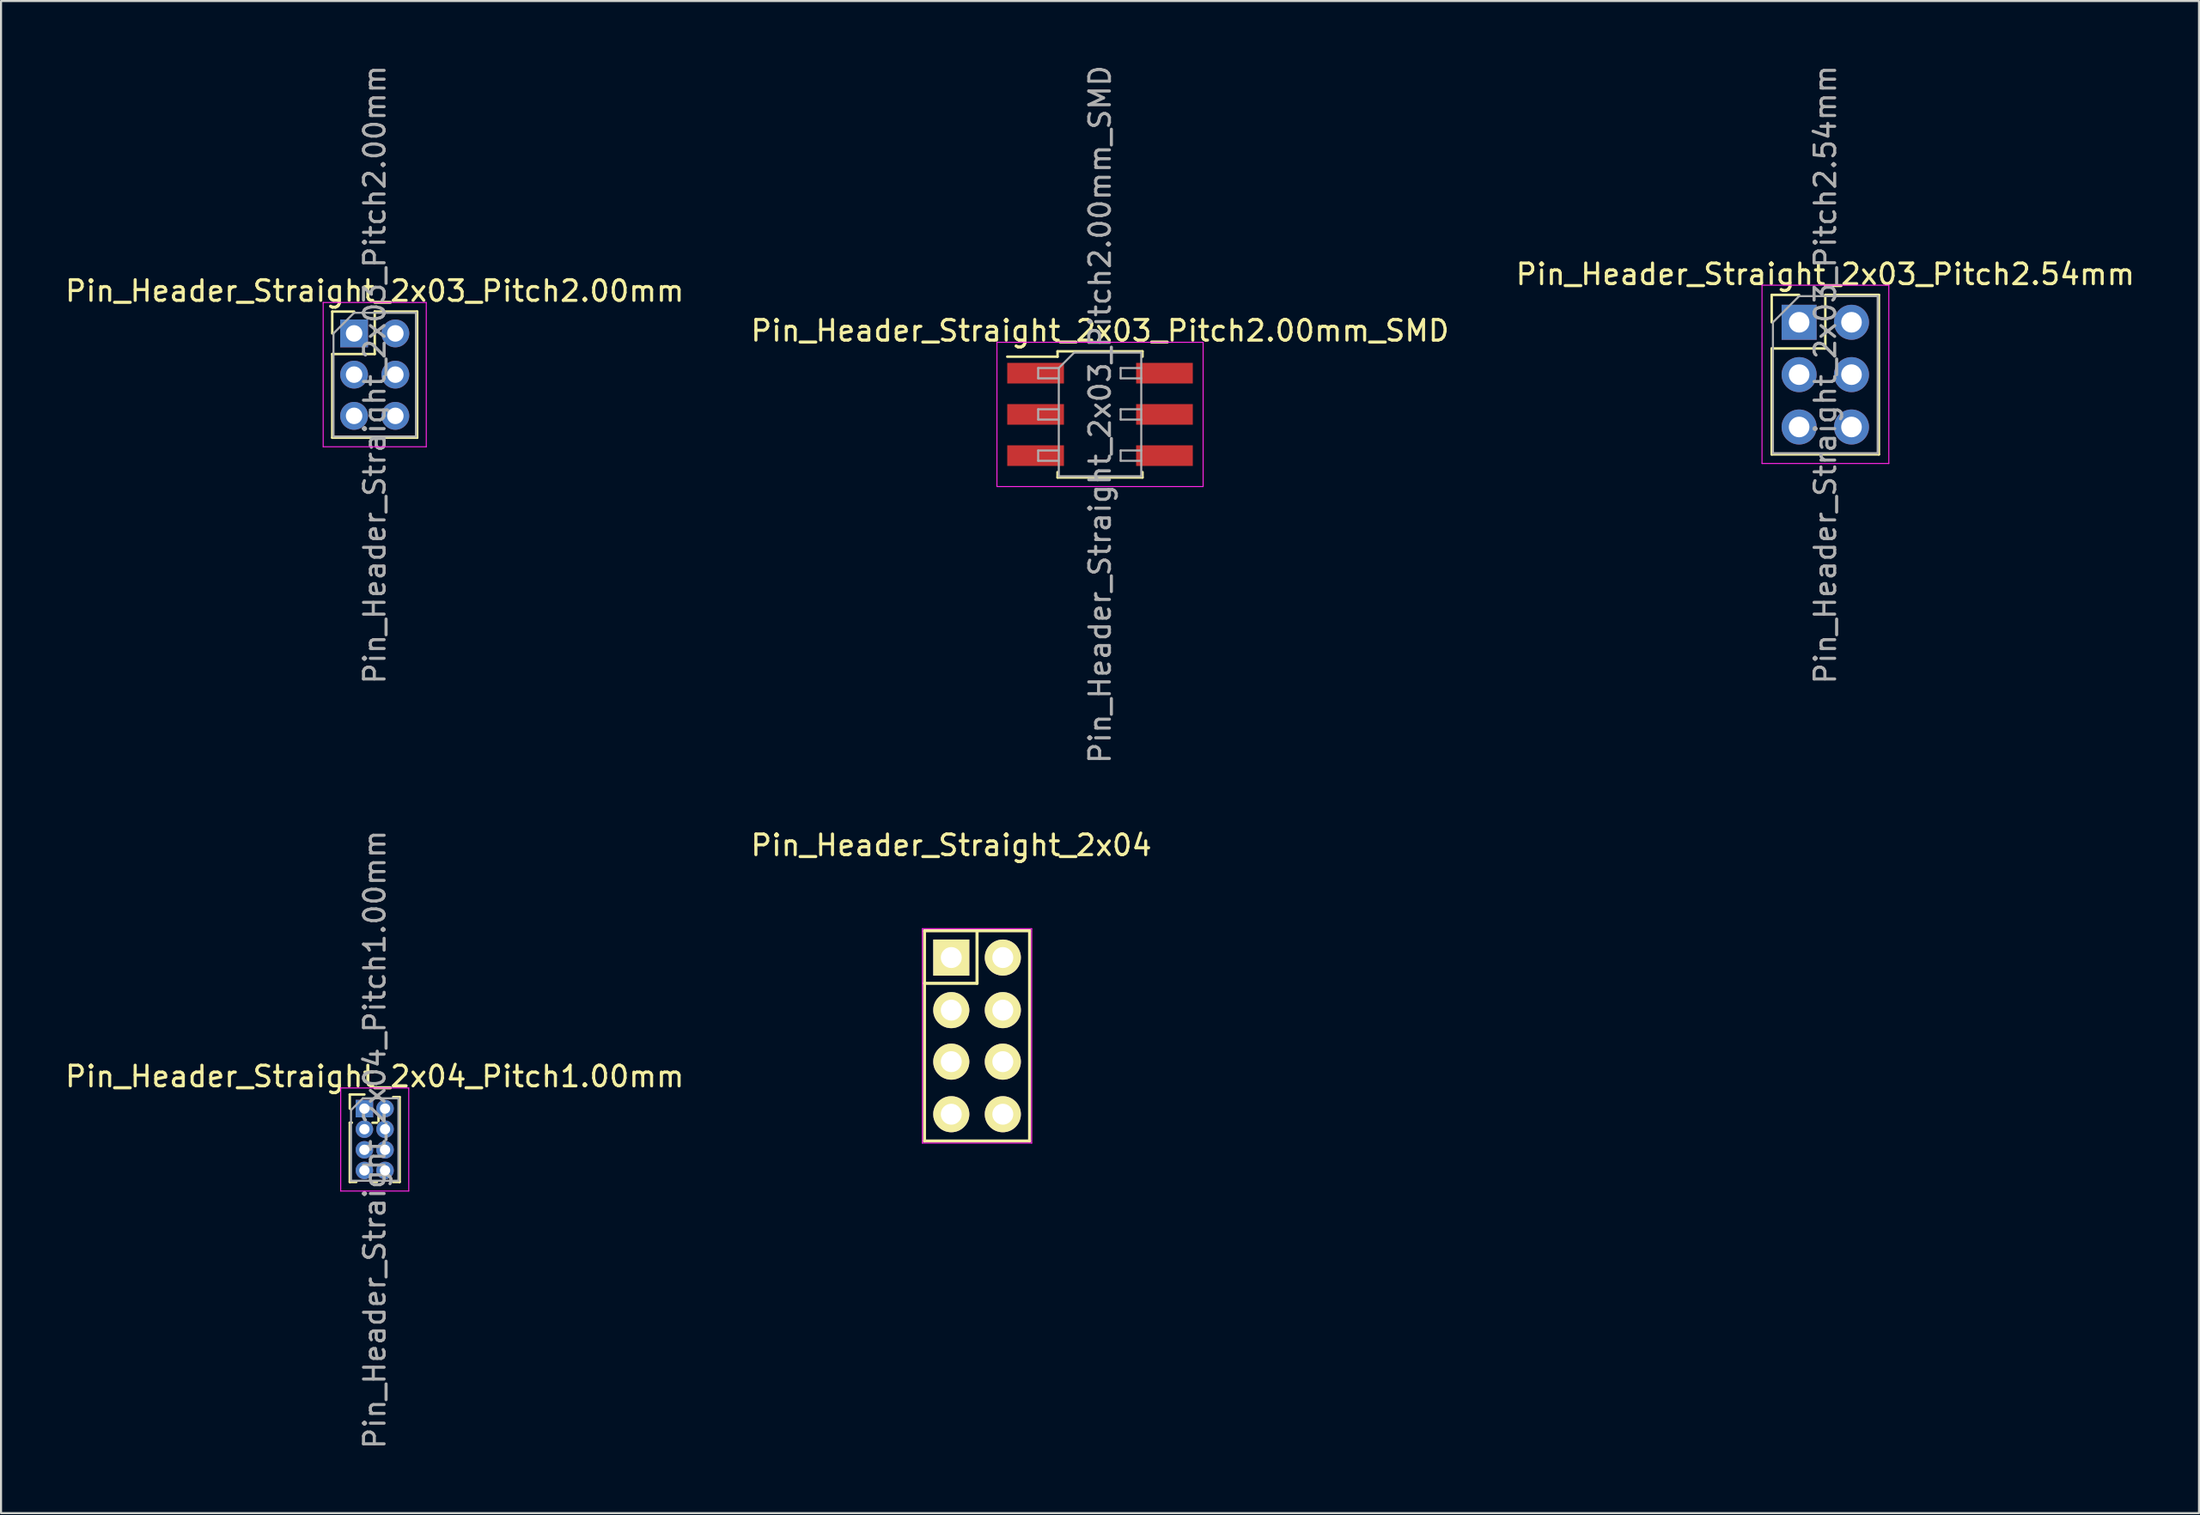
<source format=kicad_pcb>
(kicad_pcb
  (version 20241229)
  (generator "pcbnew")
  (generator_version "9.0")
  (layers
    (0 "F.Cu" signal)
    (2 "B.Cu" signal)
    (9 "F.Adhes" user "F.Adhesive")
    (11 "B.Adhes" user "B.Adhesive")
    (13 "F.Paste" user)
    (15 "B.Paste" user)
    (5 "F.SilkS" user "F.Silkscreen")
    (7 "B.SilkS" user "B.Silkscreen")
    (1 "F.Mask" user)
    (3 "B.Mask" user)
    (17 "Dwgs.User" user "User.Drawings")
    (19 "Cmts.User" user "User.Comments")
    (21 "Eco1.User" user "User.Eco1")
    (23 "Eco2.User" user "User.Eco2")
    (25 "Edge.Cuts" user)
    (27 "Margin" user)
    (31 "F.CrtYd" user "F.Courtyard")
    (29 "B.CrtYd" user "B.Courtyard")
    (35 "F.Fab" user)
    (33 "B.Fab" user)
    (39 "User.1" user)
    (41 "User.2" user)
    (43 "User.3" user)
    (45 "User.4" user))
  (footprint "Pin_Header_Straight_2x04_Pitch1.00mm"
    (layer "F.Cu")
    (at 14.625 50.732)
    (property "Reference" "Pin_Header_Straight_2x04_Pitch1.00mm" (at 0.5 -1.56 0) (layer "F.SilkS") (effects (font (size 1 1) (thickness 0.15))))
    (attr through_hole)
    (fp_line (start -0.71 -0.685) (end 0 -0.685) (stroke (width 0.12) (type solid)) (layer "F.SilkS"))
    (fp_line (start -0.71 0) (end -0.71 -0.685) (stroke (width 0.12) (type solid)) (layer "F.SilkS"))
    (fp_line (start -0.71 0.685) (end -0.71 3.56) (stroke (width 0.12) (type solid)) (layer "F.SilkS"))
    (fp_line (start -0.71 0.685) (end -0.608 0.685) (stroke (width 0.12) (type solid)) (layer "F.SilkS"))
    (fp_line (start -0.71 3.56) (end -0.394 3.56) (stroke (width 0.12) (type solid)) (layer "F.SilkS"))
    (fp_line (start 0.394 3.56) (end 0.606 3.56) (stroke (width 0.12) (type solid)) (layer "F.SilkS"))
    (fp_line (start 0.608 0.685) (end 0.392 0.685) (stroke (width 0.12) (type solid)) (layer "F.SilkS"))
    (fp_line (start 0.685 -0.608) (end 0.685 -0.56) (stroke (width 0.12) (type solid)) (layer "F.SilkS"))
    (fp_line (start 0.685 -0.56) (end 0.606 -0.56) (stroke (width 0.12) (type solid)) (layer "F.SilkS"))
    (fp_line (start 0.685 0.392) (end 0.685 0.608) (stroke (width 0.12) (type solid)) (layer "F.SilkS"))
    (fp_line (start 1.394 -0.56) (end 1.71 -0.56) (stroke (width 0.12) (type solid)) (layer "F.SilkS"))
    (fp_line (start 1.394 3.56) (end 1.71 3.56) (stroke (width 0.12) (type solid)) (layer "F.SilkS"))
    (fp_line (start 1.71 -0.56) (end 1.71 3.56) (stroke (width 0.12) (type solid)) (layer "F.SilkS"))
    (fp_line (start -1.15 -1) (end -1.15 4) (stroke (width 0.05) (type solid)) (layer "F.CrtYd"))
    (fp_line (start -1.15 4) (end 2.15 4) (stroke (width 0.05) (type solid)) (layer "F.CrtYd"))
    (fp_line (start 2.15 -1) (end -1.15 -1) (stroke (width 0.05) (type solid)) (layer "F.CrtYd"))
    (fp_line (start 2.15 4) (end 2.15 -1) (stroke (width 0.05) (type solid)) (layer "F.CrtYd"))
    (fp_line (start -0.65 0.075) (end -0.075 -0.5) (stroke (width 0.1) (type solid)) (layer "F.Fab"))
    (fp_line (start -0.65 3.5) (end -0.65 0.075) (stroke (width 0.1) (type solid)) (layer "F.Fab"))
    (fp_line (start -0.075 -0.5) (end 1.65 -0.5) (stroke (width 0.1) (type solid)) (layer "F.Fab"))
    (fp_line (start 1.65 -0.5) (end 1.65 3.5) (stroke (width 0.1) (type solid)) (layer "F.Fab"))
    (fp_line (start 1.65 3.5) (end -0.65 3.5) (stroke (width 0.1) (type solid)) (layer "F.Fab"))
    (fp_text user "${REFERENCE}" (at 0.5 1.5 90) (layer "F.Fab") (effects (font (size 1 1) (thickness 0.15))))
    (pad "1" thru_hole rect (at 0 0) (size 0.85 0.85) (drill 0.5) (layers "*.Cu" "*.Mask"))
    (pad "2" thru_hole oval (at 1 0) (size 0.85 0.85) (drill 0.5) (layers "*.Cu" "*.Mask"))
    (pad "3" thru_hole oval (at 0 1) (size 0.85 0.85) (drill 0.5) (layers "*.Cu" "*.Mask"))
    (pad "4" thru_hole oval (at 1 1) (size 0.85 0.85) (drill 0.5) (layers "*.Cu" "*.Mask"))
    (pad "5" thru_hole oval (at 0 2) (size 0.85 0.85) (drill 0.5) (layers "*.Cu" "*.Mask"))
    (pad "6" thru_hole oval (at 1 2) (size 0.85 0.85) (drill 0.5) (layers "*.Cu" "*.Mask"))
    (pad "7" thru_hole oval (at 0 3) (size 0.85 0.85) (drill 0.5) (layers "*.Cu" "*.Mask"))
    (pad "8" thru_hole oval (at 1 3) (size 0.85 0.85) (drill 0.5) (layers "*.Cu" "*.Mask")))
  (footprint "Pin_Header_Straight_2x04"
    (layer "F.Cu")
    (at 43.089 43.405)
    (property "Reference" "Pin_Header_Straight_2x04" (at 0 -5.45 0) (layer "F.SilkS") (effects (font (size 1 1) (thickness 0.15))))
    (attr through_hole)
    (fp_line (start -1.3 -1.3) (end -1.3 1.25) (stroke (width 0.15) (type solid)) (layer "F.SilkS"))
    (fp_line (start -1.3 -1.3) (end 1.25 -1.3) (stroke (width 0.15) (type solid)) (layer "F.SilkS"))
    (fp_line (start -1.3 1.25) (end -1.3 8.9) (stroke (width 0.15) (type solid)) (layer "F.SilkS"))
    (fp_line (start -1.3 8.9) (end 3.8 8.9) (stroke (width 0.15) (type solid)) (layer "F.SilkS"))
    (fp_line (start 1.25 -1.3) (end 1.25 1.25) (stroke (width 0.15) (type solid)) (layer "F.SilkS"))
    (fp_line (start 1.25 1.25) (end -1.3 1.25) (stroke (width 0.15) (type solid)) (layer "F.SilkS"))
    (fp_line (start 3.8 -1.3) (end 1.25 -1.3) (stroke (width 0.15) (type solid)) (layer "F.SilkS"))
    (fp_line (start 3.8 8.9) (end 3.8 -1.3) (stroke (width 0.15) (type solid)) (layer "F.SilkS"))
    (fp_line (start -1.4 -1.4) (end -1.4 9) (stroke (width 0.05) (type solid)) (layer "F.CrtYd"))
    (fp_line (start -1.4 -1.4) (end 3.9 -1.4) (stroke (width 0.05) (type solid)) (layer "F.CrtYd"))
    (fp_line (start -1.4 9) (end 3.9 9) (stroke (width 0.05) (type solid)) (layer "F.CrtYd"))
    (fp_line (start 3.9 -1.4) (end 3.9 9) (stroke (width 0.05) (type solid)) (layer "F.CrtYd"))
    (pad "1" thru_hole rect (at 0 0) (size 1.75 1.75) (drill 1.016) (layers "*.Cu" "*.Mask" "F.SilkS"))
    (pad "2" thru_hole oval (at 2.5 0) (size 1.75 1.75) (drill 1.016) (layers "*.Cu" "*.Mask" "F.SilkS"))
    (pad "3" thru_hole oval (at 0 2.55) (size 1.75 1.75) (drill 1.016) (layers "*.Cu" "*.Mask" "F.SilkS"))
    (pad "4" thru_hole oval (at 2.5 2.55) (size 1.75 1.75) (drill 1.016) (layers "*.Cu" "*.Mask" "F.SilkS"))
    (pad "5" thru_hole oval (at 0 5.05) (size 1.75 1.75) (drill 1.016) (layers "*.Cu" "*.Mask" "F.SilkS"))
    (pad "6" thru_hole oval (at 2.5 5.05) (size 1.75 1.75) (drill 1.016) (layers "*.Cu" "*.Mask" "F.SilkS"))
    (pad "7" thru_hole oval (at 0 7.6) (size 1.75 1.75) (drill 1.016) (layers "*.Cu" "*.Mask" "F.SilkS"))
    (pad "8" thru_hole oval (at 2.5 7.6) (size 1.75 1.75) (drill 1.016) (layers "*.Cu" "*.Mask" "F.SilkS")))
  (footprint "Pin_Header_Straight_2x03_Pitch2.00mm"
    (layer "F.Cu")
    (at 14.125 13.125)
    (property "Reference" "Pin_Header_Straight_2x03_Pitch2.00mm" (at 1 -2.06 0) (layer "F.SilkS") (effects (font (size 1 1) (thickness 0.15))))
    (attr through_hole)
    (fp_line (start -1.06 -1.06) (end 0 -1.06) (stroke (width 0.12) (type solid)) (layer "F.SilkS"))
    (fp_line (start -1.06 0) (end -1.06 -1.06) (stroke (width 0.12) (type solid)) (layer "F.SilkS"))
    (fp_line (start -1.06 1) (end -1.06 5.06) (stroke (width 0.12) (type solid)) (layer "F.SilkS"))
    (fp_line (start -1.06 5.06) (end 3.06 5.06) (stroke (width 0.12) (type solid)) (layer "F.SilkS"))
    (fp_line (start 1 -1.06) (end 1 1) (stroke (width 0.12) (type solid)) (layer "F.SilkS"))
    (fp_line (start 1 1) (end -1.06 1) (stroke (width 0.12) (type solid)) (layer "F.SilkS"))
    (fp_line (start 3.06 -1.06) (end 1 -1.06) (stroke (width 0.12) (type solid)) (layer "F.SilkS"))
    (fp_line (start 3.06 5.06) (end 3.06 -1.06) (stroke (width 0.12) (type solid)) (layer "F.SilkS"))
    (fp_line (start -1.5 -1.5) (end -1.5 5.5) (stroke (width 0.05) (type solid)) (layer "F.CrtYd"))
    (fp_line (start -1.5 5.5) (end 3.5 5.5) (stroke (width 0.05) (type solid)) (layer "F.CrtYd"))
    (fp_line (start 3.5 -1.5) (end -1.5 -1.5) (stroke (width 0.05) (type solid)) (layer "F.CrtYd"))
    (fp_line (start 3.5 5.5) (end 3.5 -1.5) (stroke (width 0.05) (type solid)) (layer "F.CrtYd"))
    (fp_line (start -1 0) (end 0 -1) (stroke (width 0.1) (type solid)) (layer "F.Fab"))
    (fp_line (start -1 5) (end -1 0) (stroke (width 0.1) (type solid)) (layer "F.Fab"))
    (fp_line (start 0 -1) (end 3 -1) (stroke (width 0.1) (type solid)) (layer "F.Fab"))
    (fp_line (start 3 -1) (end 3 5) (stroke (width 0.1) (type solid)) (layer "F.Fab"))
    (fp_line (start 3 5) (end -1 5) (stroke (width 0.1) (type solid)) (layer "F.Fab"))
    (fp_text user "${REFERENCE}" (at 1 2 90) (layer "F.Fab") (effects (font (size 1 1) (thickness 0.15))))
    (pad "1" thru_hole rect (at 0 0) (size 1.35 1.35) (drill 0.8) (layers "*.Cu" "*.Mask"))
    (pad "2" thru_hole oval (at 2 0) (size 1.35 1.35) (drill 0.8) (layers "*.Cu" "*.Mask"))
    (pad "3" thru_hole oval (at 0 2) (size 1.35 1.35) (drill 0.8) (layers "*.Cu" "*.Mask"))
    (pad "4" thru_hole oval (at 2 2) (size 1.35 1.35) (drill 0.8) (layers "*.Cu" "*.Mask"))
    (pad "5" thru_hole oval (at 0 4) (size 1.35 1.35) (drill 0.8) (layers "*.Cu" "*.Mask"))
    (pad "6" thru_hole oval (at 2 4) (size 1.35 1.35) (drill 0.8) (layers "*.Cu" "*.Mask")))
  (footprint "Pin_Header_Straight_2x03_Pitch2.00mm_SMD"
    (layer "F.Cu")
    (at 50.304 17.054)
    (property "Reference" "Pin_Header_Straight_2x03_Pitch2.00mm_SMD" (at 0 -4.06 0) (layer "F.SilkS") (effects (font (size 1 1) (thickness 0.15))))
    (attr smd)
    (fp_line (start -4.5 -2.8) (end -2.06 -2.8) (stroke (width 0.12) (type solid)) (layer "F.SilkS"))
    (fp_line (start -2.06 -3.06) (end 2.06 -3.06) (stroke (width 0.12) (type solid)) (layer "F.SilkS"))
    (fp_line (start -2.06 -2.8) (end -2.06 -3.06) (stroke (width 0.12) (type solid)) (layer "F.SilkS"))
    (fp_line (start -2.06 2.8) (end -2.06 3.06) (stroke (width 0.12) (type solid)) (layer "F.SilkS"))
    (fp_line (start -2.06 3.06) (end 2.06 3.06) (stroke (width 0.12) (type solid)) (layer "F.SilkS"))
    (fp_line (start 2.06 -3.06) (end 2.06 -2.8) (stroke (width 0.12) (type solid)) (layer "F.SilkS"))
    (fp_line (start 2.06 3.06) (end 2.06 2.8) (stroke (width 0.12) (type solid)) (layer "F.SilkS"))
    (fp_line (start -5 -3.5) (end -5 3.5) (stroke (width 0.05) (type solid)) (layer "F.CrtYd"))
    (fp_line (start -5 3.5) (end 5 3.5) (stroke (width 0.05) (type solid)) (layer "F.CrtYd"))
    (fp_line (start 5 -3.5) (end -5 -3.5) (stroke (width 0.05) (type solid)) (layer "F.CrtYd"))
    (fp_line (start 5 3.5) (end 5 -3.5) (stroke (width 0.05) (type solid)) (layer "F.CrtYd"))
    (fp_line (start -3 -2.25) (end -3 -1.75) (stroke (width 0.1) (type solid)) (layer "F.Fab"))
    (fp_line (start -3 -1.75) (end -2 -1.75) (stroke (width 0.1) (type solid)) (layer "F.Fab"))
    (fp_line (start -3 -0.25) (end -3 0.25) (stroke (width 0.1) (type solid)) (layer "F.Fab"))
    (fp_line (start -3 0.25) (end -2 0.25) (stroke (width 0.1) (type solid)) (layer "F.Fab"))
    (fp_line (start -3 1.75) (end -3 2.25) (stroke (width 0.1) (type solid)) (layer "F.Fab"))
    (fp_line (start -3 2.25) (end -2 2.25) (stroke (width 0.1) (type solid)) (layer "F.Fab"))
    (fp_line (start -2 -2.25) (end -3 -2.25) (stroke (width 0.1) (type solid)) (layer "F.Fab"))
    (fp_line (start -2 -2.25) (end -1.25 -3) (stroke (width 0.1) (type solid)) (layer "F.Fab"))
    (fp_line (start -2 -0.25) (end -3 -0.25) (stroke (width 0.1) (type solid)) (layer "F.Fab"))
    (fp_line (start -2 1.75) (end -3 1.75) (stroke (width 0.1) (type solid)) (layer "F.Fab"))
    (fp_line (start -2 3) (end -2 -2.25) (stroke (width 0.1) (type solid)) (layer "F.Fab"))
    (fp_line (start -1.25 -3) (end 2 -3) (stroke (width 0.1) (type solid)) (layer "F.Fab"))
    (fp_line (start 1 -2.25) (end 1 -1.75) (stroke (width 0.1) (type solid)) (layer "F.Fab"))
    (fp_line (start 1 -1.75) (end 2 -1.75) (stroke (width 0.1) (type solid)) (layer "F.Fab"))
    (fp_line (start 1 -0.25) (end 1 0.25) (stroke (width 0.1) (type solid)) (layer "F.Fab"))
    (fp_line (start 1 0.25) (end 2 0.25) (stroke (width 0.1) (type solid)) (layer "F.Fab"))
    (fp_line (start 1 1.75) (end 1 2.25) (stroke (width 0.1) (type solid)) (layer "F.Fab"))
    (fp_line (start 1 2.25) (end 2 2.25) (stroke (width 0.1) (type solid)) (layer "F.Fab"))
    (fp_line (start 2 -3) (end 2 3) (stroke (width 0.1) (type solid)) (layer "F.Fab"))
    (fp_line (start 2 -2.25) (end 1 -2.25) (stroke (width 0.1) (type solid)) (layer "F.Fab"))
    (fp_line (start 2 -0.25) (end 1 -0.25) (stroke (width 0.1) (type solid)) (layer "F.Fab"))
    (fp_line (start 2 1.75) (end 1 1.75) (stroke (width 0.1) (type solid)) (layer "F.Fab"))
    (fp_line (start 2 3) (end -2 3) (stroke (width 0.1) (type solid)) (layer "F.Fab"))
    (fp_text user "${REFERENCE}" (at 0 0 90) (layer "F.Fab") (effects (font (size 1 1) (thickness 0.15))))
    (pad "1" smd rect (at -3.125 -2) (size 2.75 1) (layers "F.Cu" "F.Mask" "F.Paste"))
    (pad "2" smd rect (at 3.125 -2) (size 2.75 1) (layers "F.Cu" "F.Mask" "F.Paste"))
    (pad "3" smd rect (at -3.125 0) (size 2.75 1) (layers "F.Cu" "F.Mask" "F.Paste"))
    (pad "4" smd rect (at 3.125 0) (size 2.75 1) (layers "F.Cu" "F.Mask" "F.Paste"))
    (pad "5" smd rect (at -3.125 2) (size 2.75 1) (layers "F.Cu" "F.Mask" "F.Paste"))
    (pad "6" smd rect (at 3.125 2) (size 2.75 1) (layers "F.Cu" "F.Mask" "F.Paste")))
  (footprint "Pin_Header_Straight_2x03_Pitch2.54mm"
    (layer "F.Cu")
    (at 84.212 12.585)
    (property "Reference" "Pin_Header_Straight_2x03_Pitch2.54mm" (at 1.27 -2.33 0) (layer "F.SilkS") (effects (font (size 1 1) (thickness 0.15))))
    (attr through_hole)
    (fp_line (start -1.33 -1.33) (end 0 -1.33) (stroke (width 0.12) (type solid)) (layer "F.SilkS"))
    (fp_line (start -1.33 0) (end -1.33 -1.33) (stroke (width 0.12) (type solid)) (layer "F.SilkS"))
    (fp_line (start -1.33 1.27) (end -1.33 6.41) (stroke (width 0.12) (type solid)) (layer "F.SilkS"))
    (fp_line (start -1.33 6.41) (end 3.87 6.41) (stroke (width 0.12) (type solid)) (layer "F.SilkS"))
    (fp_line (start 1.27 -1.33) (end 1.27 1.27) (stroke (width 0.12) (type solid)) (layer "F.SilkS"))
    (fp_line (start 1.27 1.27) (end -1.33 1.27) (stroke (width 0.12) (type solid)) (layer "F.SilkS"))
    (fp_line (start 3.87 -1.33) (end 1.27 -1.33) (stroke (width 0.12) (type solid)) (layer "F.SilkS"))
    (fp_line (start 3.87 6.41) (end 3.87 -1.33) (stroke (width 0.12) (type solid)) (layer "F.SilkS"))
    (fp_line (start -1.8 -1.8) (end -1.8 6.85) (stroke (width 0.05) (type solid)) (layer "F.CrtYd"))
    (fp_line (start -1.8 6.85) (end 4.35 6.85) (stroke (width 0.05) (type solid)) (layer "F.CrtYd"))
    (fp_line (start 4.35 -1.8) (end -1.8 -1.8) (stroke (width 0.05) (type solid)) (layer "F.CrtYd"))
    (fp_line (start 4.35 6.85) (end 4.35 -1.8) (stroke (width 0.05) (type solid)) (layer "F.CrtYd"))
    (fp_line (start -1.27 0) (end 0 -1.27) (stroke (width 0.1) (type solid)) (layer "F.Fab"))
    (fp_line (start -1.27 6.35) (end -1.27 0) (stroke (width 0.1) (type solid)) (layer "F.Fab"))
    (fp_line (start 0 -1.27) (end 3.81 -1.27) (stroke (width 0.1) (type solid)) (layer "F.Fab"))
    (fp_line (start 3.81 -1.27) (end 3.81 6.35) (stroke (width 0.1) (type solid)) (layer "F.Fab"))
    (fp_line (start 3.81 6.35) (end -1.27 6.35) (stroke (width 0.1) (type solid)) (layer "F.Fab"))
    (fp_text user "${REFERENCE}" (at 1.27 2.54 90) (layer "F.Fab") (effects (font (size 1 1) (thickness 0.15))))
    (pad "1" thru_hole rect (at 0 0) (size 1.7 1.7) (drill 1) (layers "*.Cu" "*.Mask"))
    (pad "2" thru_hole oval (at 2.54 0) (size 1.7 1.7) (drill 1) (layers "*.Cu" "*.Mask"))
    (pad "3" thru_hole oval (at 0 2.54) (size 1.7 1.7) (drill 1) (layers "*.Cu" "*.Mask"))
    (pad "4" thru_hole oval (at 2.54 2.54) (size 1.7 1.7) (drill 1) (layers "*.Cu" "*.Mask"))
    (pad "5" thru_hole oval (at 0 5.08) (size 1.7 1.7) (drill 1) (layers "*.Cu" "*.Mask"))
    (pad "6" thru_hole oval (at 2.54 5.08) (size 1.7 1.7) (drill 1) (layers "*.Cu" "*.Mask")))
  (gr_rect
    (start -3 -3)
    (end 103.607 70.357)
    (stroke (width 0.1) (type default))
    (fill no)
    (layer "Edge.Cuts")))
</source>
